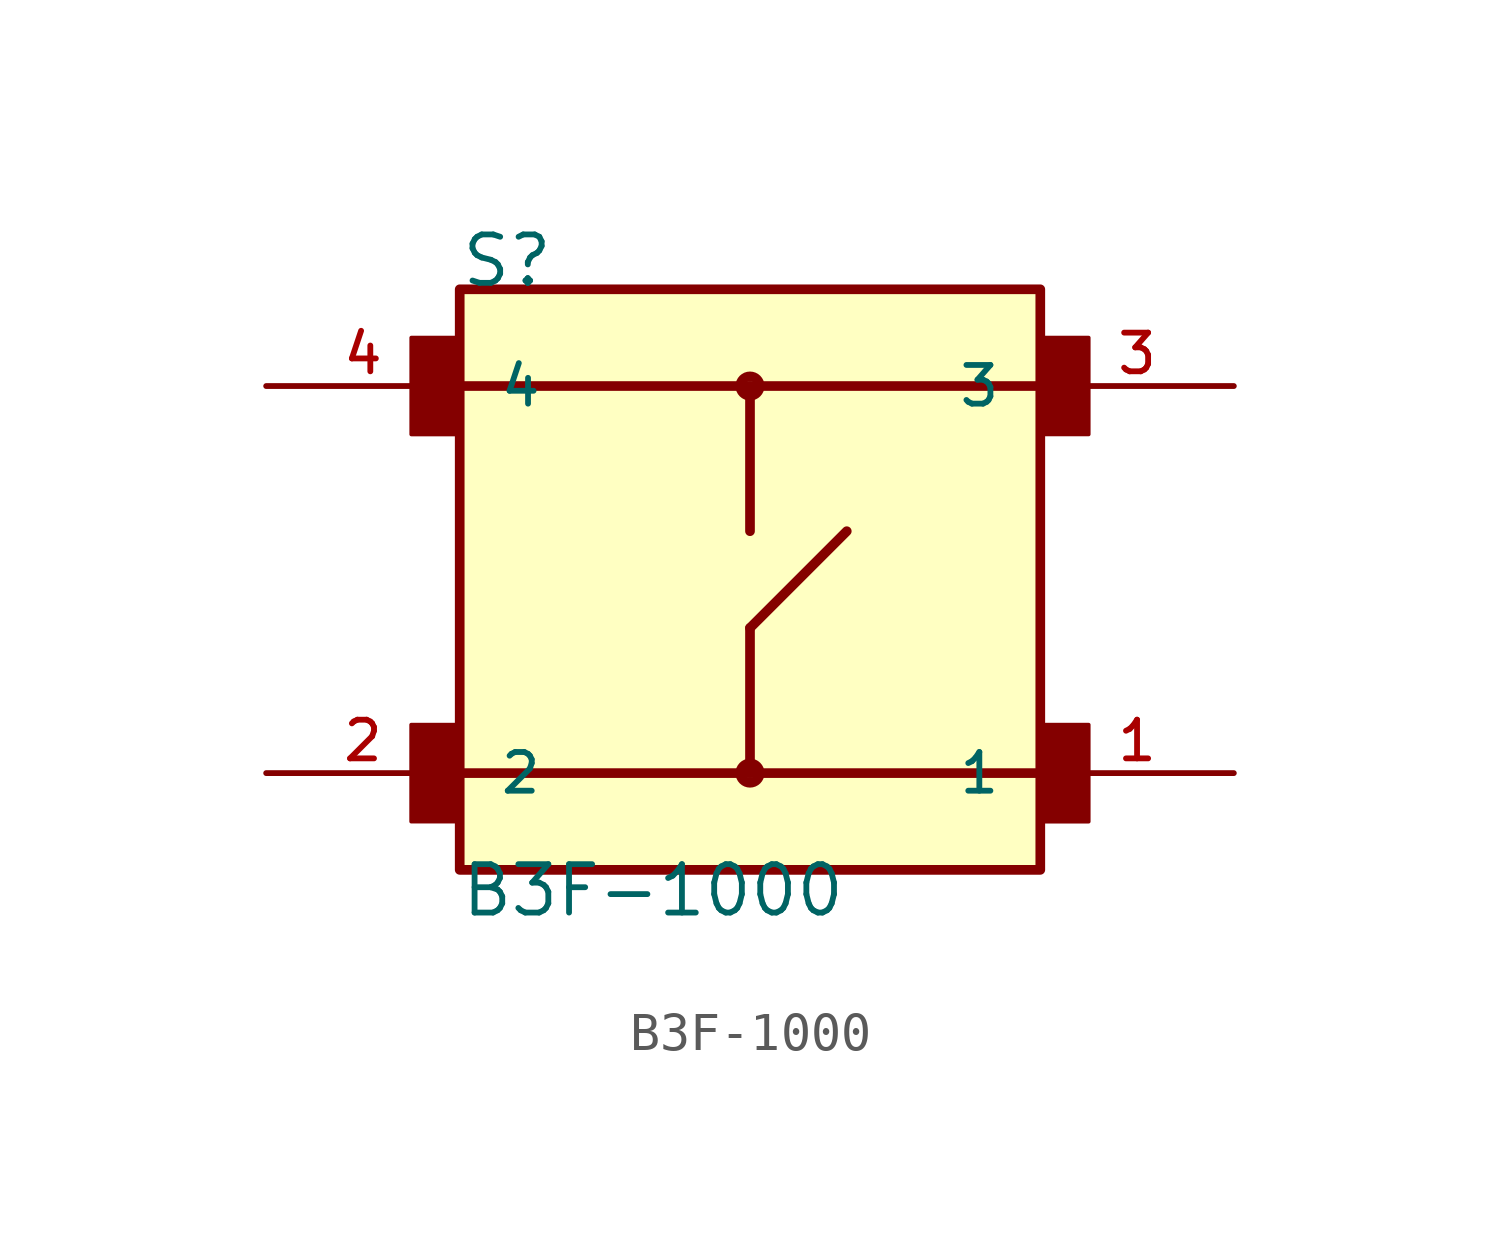
<source format=kicad_sym>
(kicad_symbol_lib
  (version 20211014)
  (generator kicad_symbol_editor)
  (symbol "B3F-1000"
    (pin_names
      (offset 1.016))
    (property "Reference" "S"
      (at -7.626 7.626 0)
      (effects (font (size 1.27 1.27)) (justify bottom left)))
    (property "Value" "B3F-1000"
      (at -7.632 -8.904 0)
      (effects (font (size 1.27 1.27)) (justify bottom left)))
    (symbol "B3F-1000_0_0"
      (polyline (pts (xy -7.62 5.08) (xy 7.62 5.08)) (stroke (width 0.254)))
      (polyline (pts (xy -7.62 -5.08) (xy 7.62 -5.08)) (stroke (width 0.254)))
      (polyline (pts (xy 0.0 5.08) (xy 0.0 1.27)) (stroke (width 0.254)))
      (polyline (pts (xy 0.0 -5.08) (xy 0.0 -1.27)) (stroke (width 0.254)))
      (polyline (pts (xy 0.0 -1.27) (xy 2.54 1.27)) (stroke (width 0.254)))
      (circle (center 0.0 5.08) (radius 0.254) (stroke (width 0.254)) (fill (type none)))
      (circle (center 0.0 -5.08) (radius 0.254) (stroke (width 0.254)) (fill (type none)))
      (rectangle (start -8.891 3.811) (end -7.62 6.35) (stroke (width 0.1)) (fill (type outline)))
      (rectangle (start 7.624 3.812) (end 8.89 6.35) (stroke (width 0.1)) (fill (type outline)))
      (rectangle (start 7.624 -6.353) (end 8.89 -3.81) (stroke (width 0.1)) (fill (type outline)))
      (rectangle (start -8.893 -6.352) (end -7.62 -3.81) (stroke (width 0.1)) (fill (type outline)))
      (rectangle (start -7.62 -7.62) (end 7.62 7.62) (stroke (width 0.254)) (fill (type background)))
      (pin passive line (at 12.7 -5.08 180.0) (length 5.08) (name "1" (effects (font (size 1.016 1.016)))) (number "1" (effects (font (size 1.016 1.016)))))
      (pin passive line (at -12.7 -5.08 0) (length 5.08) (name "2" (effects (font (size 1.016 1.016)))) (number "2" (effects (font (size 1.016 1.016)))))
      (pin passive line (at 12.7 5.08 180.0) (length 5.08) (name "3" (effects (font (size 1.016 1.016)))) (number "3" (effects (font (size 1.016 1.016)))))
      (pin passive line (at -12.7 5.08 0) (length 5.08) (name "4" (effects (font (size 1.016 1.016)))) (number "4" (effects (font (size 1.016 1.016))))))))
</source>
